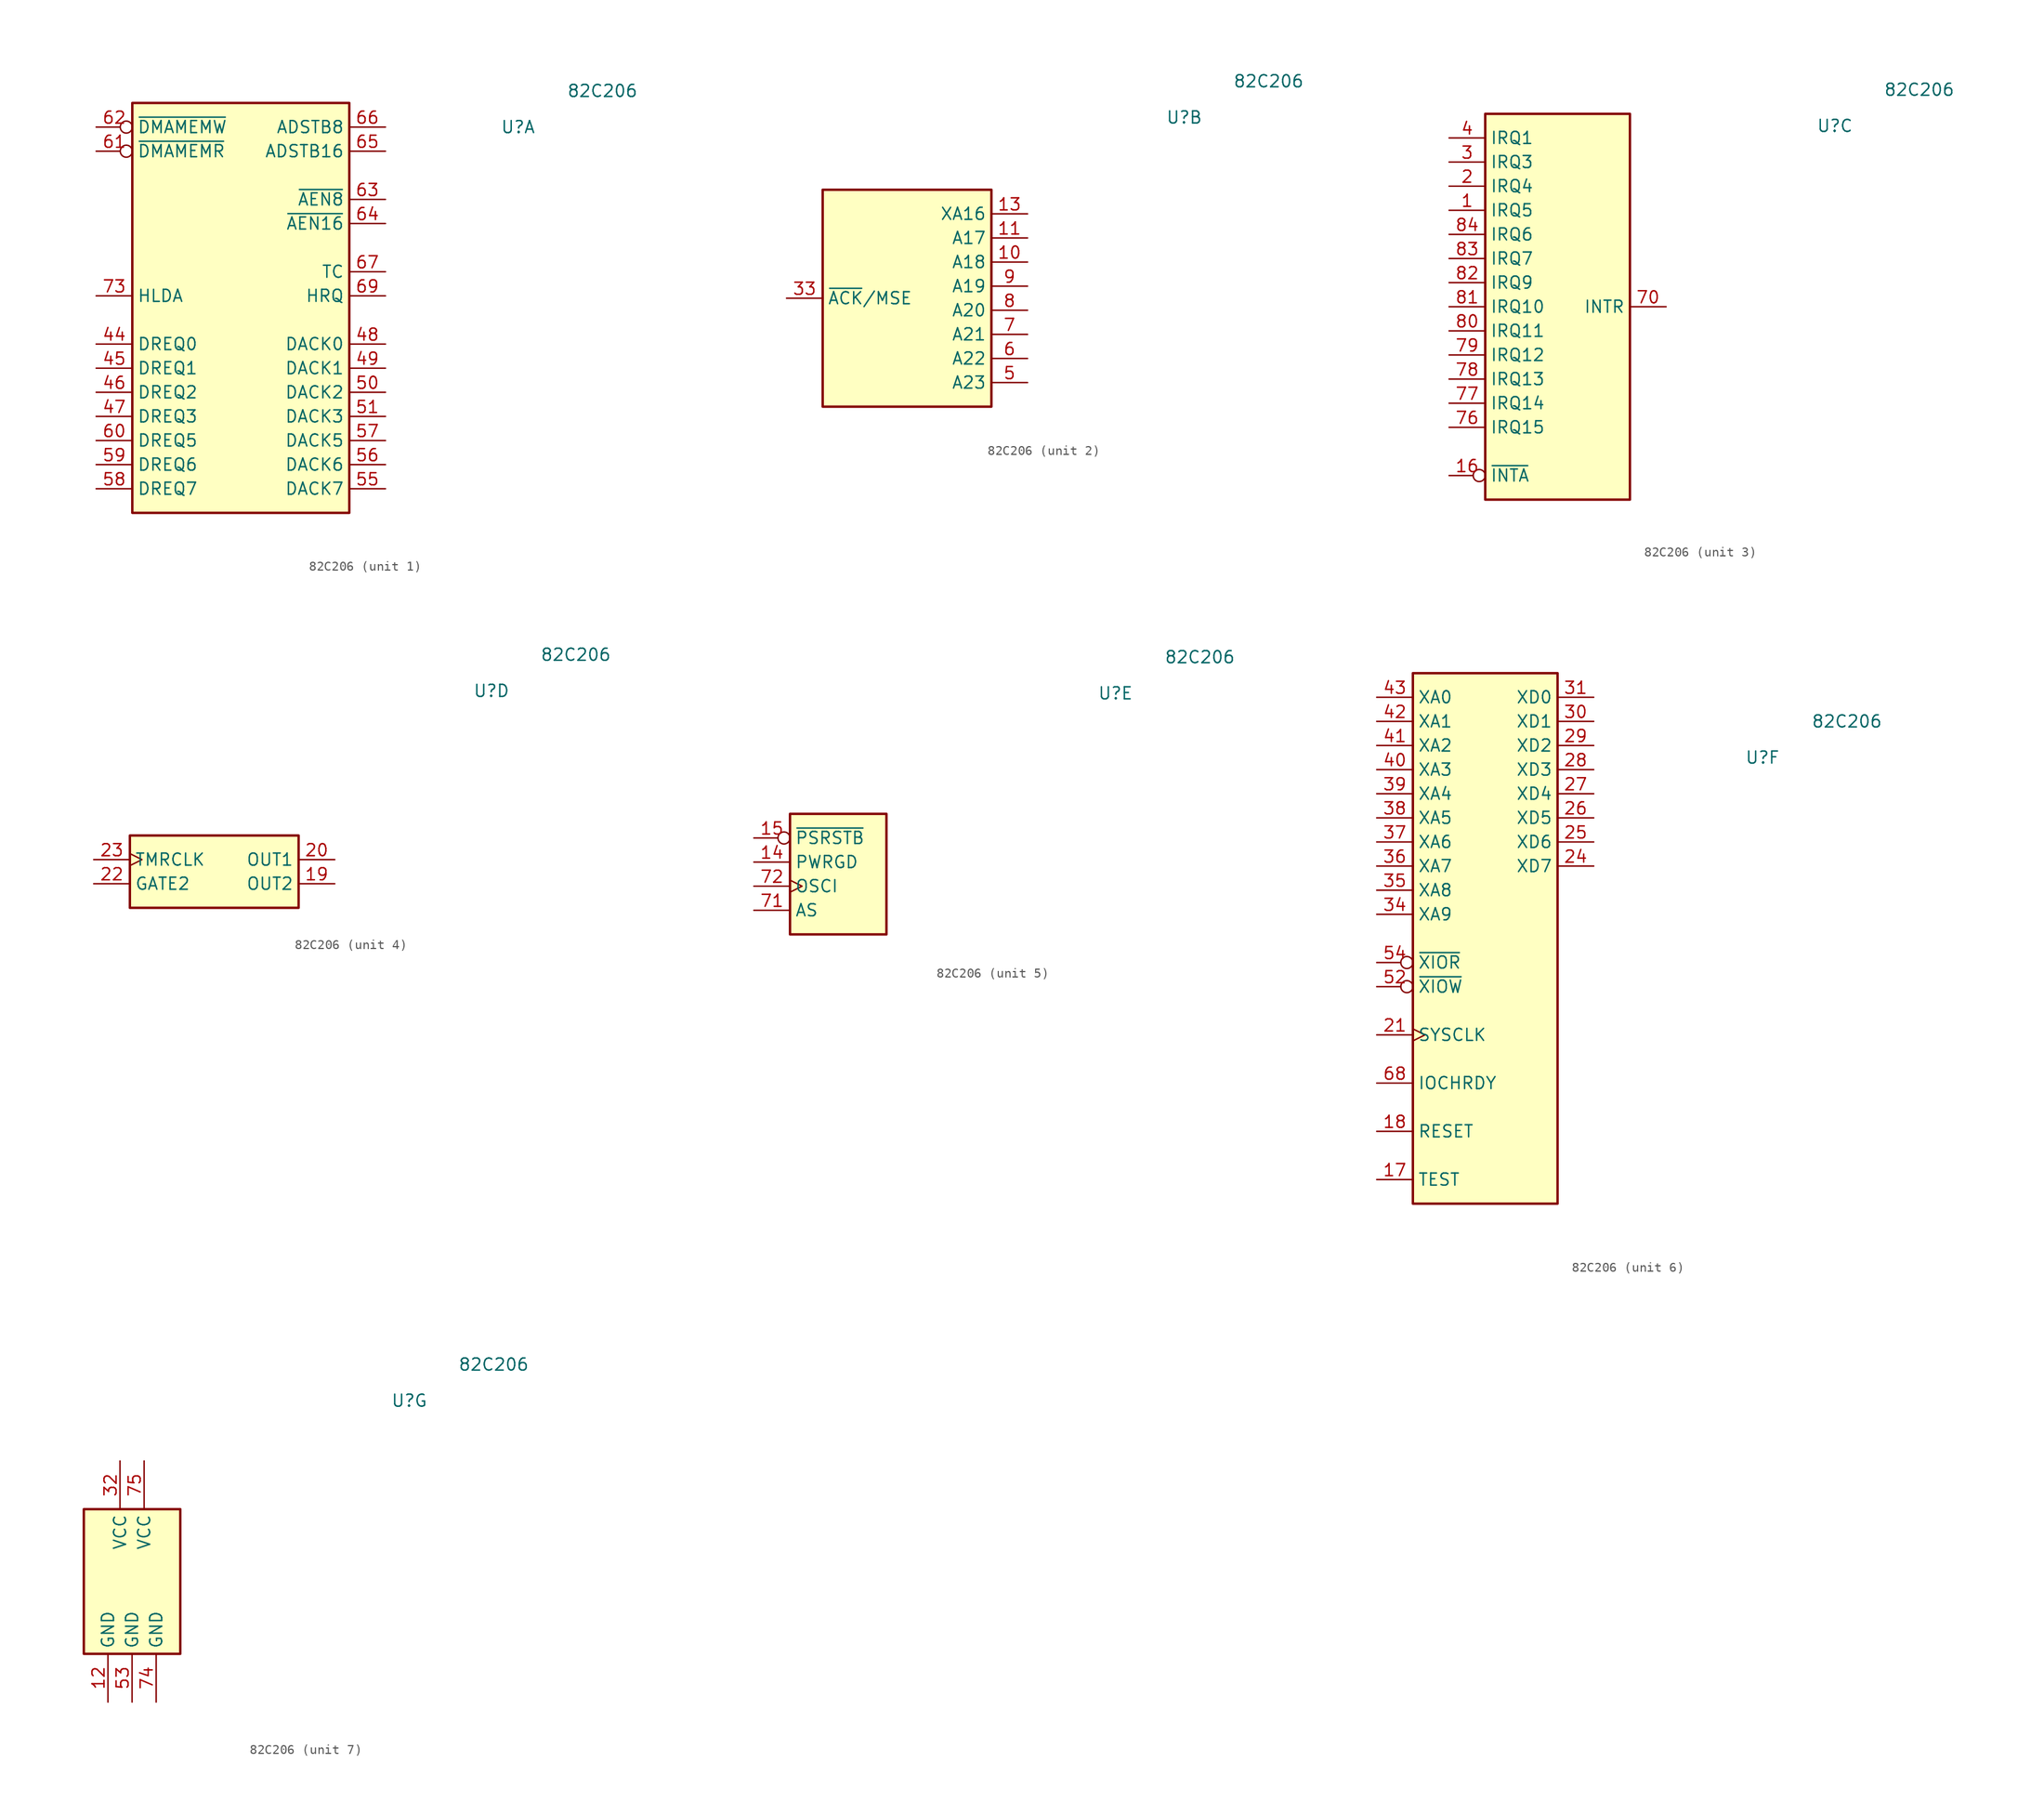
<source format=kicad_sym>
(kicad_symbol_lib
  (version 20231120)
  (generator "kicad_symbol_editor")
  (generator_version "8.0")
  (symbol "82C206"
    (property "Reference" "U"
      (at 29.21 19.05 0)
      (effects (font (size 1.27 1.27))))
    (property "Value" "82C206"
      (at 38.1 22.86 0)
      (effects (font (size 1.27 1.27))))
    (property "ki_locked" ""
      (at 0 0 0)
      (effects (font (size 1.27 1.27))))
    (symbol "82C206_1_1"
      (rectangle (start -11.43 21.59) (end 11.43 -21.59) (stroke (width 0.254) (type default)) (fill (type background)))
      (pin input line (at -15.24 -3.81 0) (length 3.81) (name "DREQ0" (effects (font (size 1.27 1.27)))) (number "44" (effects (font (size 1.27 1.27)))))
      (pin input line (at -15.24 -6.35 0) (length 3.81) (name "DREQ1" (effects (font (size 1.27 1.27)))) (number "45" (effects (font (size 1.27 1.27)))))
      (pin input line (at -15.24 -8.89 0) (length 3.81) (name "DREQ2" (effects (font (size 1.27 1.27)))) (number "46" (effects (font (size 1.27 1.27)))))
      (pin input line (at -15.24 -11.43 0) (length 3.81) (name "DREQ3" (effects (font (size 1.27 1.27)))) (number "47" (effects (font (size 1.27 1.27)))))
      (pin output line (at 15.24 -3.81 180) (length 3.81) (name "DACK0" (effects (font (size 1.27 1.27)))) (number "48" (effects (font (size 1.27 1.27)))))
      (pin output line (at 15.24 -6.35 180) (length 3.81) (name "DACK1" (effects (font (size 1.27 1.27)))) (number "49" (effects (font (size 1.27 1.27)))))
      (pin output line (at 15.24 -8.89 180) (length 3.81) (name "DACK2" (effects (font (size 1.27 1.27)))) (number "50" (effects (font (size 1.27 1.27)))))
      (pin output line (at 15.24 -11.43 180) (length 3.81) (name "DACK3" (effects (font (size 1.27 1.27)))) (number "51" (effects (font (size 1.27 1.27)))))
      (pin output line (at 15.24 -19.05 180) (length 3.81) (name "DACK7" (effects (font (size 1.27 1.27)))) (number "55" (effects (font (size 1.27 1.27)))))
      (pin output line (at 15.24 -16.51 180) (length 3.81) (name "DACK6" (effects (font (size 1.27 1.27)))) (number "56" (effects (font (size 1.27 1.27)))))
      (pin output line (at 15.24 -13.97 180) (length 3.81) (name "DACK5" (effects (font (size 1.27 1.27)))) (number "57" (effects (font (size 1.27 1.27)))))
      (pin input line (at -15.24 -19.05 0) (length 3.81) (name "DREQ7" (effects (font (size 1.27 1.27)))) (number "58" (effects (font (size 1.27 1.27)))))
      (pin input line (at -15.24 -16.51 0) (length 3.81) (name "DREQ6" (effects (font (size 1.27 1.27)))) (number "59" (effects (font (size 1.27 1.27)))))
      (pin input line (at -15.24 -13.97 0) (length 3.81) (name "DREQ5" (effects (font (size 1.27 1.27)))) (number "60" (effects (font (size 1.27 1.27)))))
      (pin tri_state inverted (at -15.24 16.51 0) (length 3.81) (name "~{DMAMEMR}" (effects (font (size 1.27 1.27)))) (number "61" (effects (font (size 1.27 1.27)))))
      (pin tri_state inverted (at -15.24 19.05 0) (length 3.81) (name "~{DMAMEMW}" (effects (font (size 1.27 1.27)))) (number "62" (effects (font (size 1.27 1.27)))))
      (pin output line (at 15.24 11.43 180) (length 3.81) (name "~{AEN8}" (effects (font (size 1.27 1.27)))) (number "63" (effects (font (size 1.27 1.27)))))
      (pin output line (at 15.24 8.89 180) (length 3.81) (name "~{AEN16}" (effects (font (size 1.27 1.27)))) (number "64" (effects (font (size 1.27 1.27)))))
      (pin output line (at 15.24 16.51 180) (length 3.81) (name "ADSTB16" (effects (font (size 1.27 1.27)))) (number "65" (effects (font (size 1.27 1.27)))))
      (pin output line (at 15.24 19.05 180) (length 3.81) (name "ADSTB8" (effects (font (size 1.27 1.27)))) (number "66" (effects (font (size 1.27 1.27)))))
      (pin output line (at 15.24 3.81 180) (length 3.81) (name "TC" (effects (font (size 1.27 1.27)))) (number "67" (effects (font (size 1.27 1.27)))))
      (pin output line (at 15.24 1.27 180) (length 3.81) (name "HRQ" (effects (font (size 1.27 1.27)))) (number "69" (effects (font (size 1.27 1.27)))))
      (pin input line (at -15.24 1.27 0) (length 3.81) (name "HLDA" (effects (font (size 1.27 1.27)))) (number "73" (effects (font (size 1.27 1.27))))))
    (symbol "82C206_2_1"
      (rectangle (start -8.89 11.43) (end 8.89 -11.43) (stroke (width 0.254) (type default)) (fill (type background)))
      (pin tri_state line (at 12.7 3.81 180) (length 3.81) (name "A18" (effects (font (size 1.27 1.27)))) (number "10" (effects (font (size 1.27 1.27)))))
      (pin tri_state line (at 12.7 6.35 180) (length 3.81) (name "A17" (effects (font (size 1.27 1.27)))) (number "11" (effects (font (size 1.27 1.27)))))
      (pin tri_state line (at 12.7 8.89 180) (length 3.81) (name "XA16" (effects (font (size 1.27 1.27)))) (number "13" (effects (font (size 1.27 1.27)))))
      (pin input line (at -12.7 0 0) (length 3.81) (name "~{ACK}/MSE" (effects (font (size 1.27 1.27)))) (number "33" (effects (font (size 1.27 1.27)))))
      (pin tri_state line (at 12.7 -8.89 180) (length 3.81) (name "A23" (effects (font (size 1.27 1.27)))) (number "5" (effects (font (size 1.27 1.27)))))
      (pin tri_state line (at 12.7 -6.35 180) (length 3.81) (name "A22" (effects (font (size 1.27 1.27)))) (number "6" (effects (font (size 1.27 1.27)))))
      (pin tri_state line (at 12.7 -3.81 180) (length 3.81) (name "A21" (effects (font (size 1.27 1.27)))) (number "7" (effects (font (size 1.27 1.27)))))
      (pin tri_state line (at 12.7 -1.27 180) (length 3.81) (name "A20" (effects (font (size 1.27 1.27)))) (number "8" (effects (font (size 1.27 1.27)))))
      (pin tri_state line (at 12.7 1.27 180) (length 3.81) (name "A19" (effects (font (size 1.27 1.27)))) (number "9" (effects (font (size 1.27 1.27))))))
    (symbol "82C206_3_1"
      (rectangle (start -7.62 20.32) (end 7.62 -20.32) (stroke (width 0.254) (type default)) (fill (type background)))
      (pin input line (at -11.43 10.16 0) (length 3.81) (name "IRQ5" (effects (font (size 1.27 1.27)))) (number "1" (effects (font (size 1.27 1.27)))))
      (pin input inverted (at -11.43 -17.78 0) (length 3.81) (name "~{INTA}" (effects (font (size 1.27 1.27)))) (number "16" (effects (font (size 1.27 1.27)))))
      (pin input line (at -11.43 12.7 0) (length 3.81) (name "IRQ4" (effects (font (size 1.27 1.27)))) (number "2" (effects (font (size 1.27 1.27)))))
      (pin input line (at -11.43 15.24 0) (length 3.81) (name "IRQ3" (effects (font (size 1.27 1.27)))) (number "3" (effects (font (size 1.27 1.27)))))
      (pin input line (at -11.43 17.78 0) (length 3.81) (name "IRQ1" (effects (font (size 1.27 1.27)))) (number "4" (effects (font (size 1.27 1.27)))))
      (pin output line (at 11.43 0 180) (length 3.81) (name "INTR" (effects (font (size 1.27 1.27)))) (number "70" (effects (font (size 1.27 1.27)))))
      (pin input line (at -11.43 -12.7 0) (length 3.81) (name "IRQ15" (effects (font (size 1.27 1.27)))) (number "76" (effects (font (size 1.27 1.27)))))
      (pin input line (at -11.43 -10.16 0) (length 3.81) (name "IRQ14" (effects (font (size 1.27 1.27)))) (number "77" (effects (font (size 1.27 1.27)))))
      (pin input line (at -11.43 -7.62 0) (length 3.81) (name "IRQ13" (effects (font (size 1.27 1.27)))) (number "78" (effects (font (size 1.27 1.27)))))
      (pin input line (at -11.43 -5.08 0) (length 3.81) (name "IRQ12" (effects (font (size 1.27 1.27)))) (number "79" (effects (font (size 1.27 1.27)))))
      (pin input line (at -11.43 -2.54 0) (length 3.81) (name "IRQ11" (effects (font (size 1.27 1.27)))) (number "80" (effects (font (size 1.27 1.27)))))
      (pin input line (at -11.43 0 0) (length 3.81) (name "IRQ10" (effects (font (size 1.27 1.27)))) (number "81" (effects (font (size 1.27 1.27)))))
      (pin input line (at -11.43 2.54 0) (length 3.81) (name "IRQ9" (effects (font (size 1.27 1.27)))) (number "82" (effects (font (size 1.27 1.27)))))
      (pin input line (at -11.43 5.08 0) (length 3.81) (name "IRQ7" (effects (font (size 1.27 1.27)))) (number "83" (effects (font (size 1.27 1.27)))))
      (pin input line (at -11.43 7.62 0) (length 3.81) (name "IRQ6" (effects (font (size 1.27 1.27)))) (number "84" (effects (font (size 1.27 1.27))))))
    (symbol "82C206_4_1"
      (rectangle (start -8.89 3.81) (end 8.89 -3.81) (stroke (width 0.254) (type default)) (fill (type background)))
      (pin output line (at 12.7 -1.27 180) (length 3.81) (name "OUT2" (effects (font (size 1.27 1.27)))) (number "19" (effects (font (size 1.27 1.27)))))
      (pin output line (at 12.7 1.27 180) (length 3.81) (name "OUT1" (effects (font (size 1.27 1.27)))) (number "20" (effects (font (size 1.27 1.27)))))
      (pin input line (at -12.7 -1.27 0) (length 3.81) (name "GATE2" (effects (font (size 1.27 1.27)))) (number "22" (effects (font (size 1.27 1.27)))))
      (pin input clock (at -12.7 1.27 0) (length 3.81) (name "TMRCLK" (effects (font (size 1.27 1.27)))) (number "23" (effects (font (size 1.27 1.27))))))
    (symbol "82C206_5_1"
      (rectangle (start -5.08 6.35) (end 5.08 -6.35) (stroke (width 0.254) (type default)) (fill (type background)))
      (pin input line (at -8.89 1.27 0) (length 3.81) (name "PWRGD" (effects (font (size 1.27 1.27)))) (number "14" (effects (font (size 1.27 1.27)))))
      (pin input inverted (at -8.89 3.81 0) (length 3.81) (name "~{PSRSTB}" (effects (font (size 1.27 1.27)))) (number "15" (effects (font (size 1.27 1.27)))))
      (pin input line (at -8.89 -3.81 0) (length 3.81) (name "AS" (effects (font (size 1.27 1.27)))) (number "71" (effects (font (size 1.27 1.27)))))
      (pin input clock (at -8.89 -1.27 0) (length 3.81) (name "OSCI" (effects (font (size 1.27 1.27)))) (number "72" (effects (font (size 1.27 1.27))))))
    (symbol "82C206_6_1"
      (rectangle (start -7.62 27.94) (end 7.62 -27.94) (stroke (width 0.254) (type default)) (fill (type background)))
      (pin input line (at -11.43 -25.4 0) (length 3.81) (name "TEST" (effects (font (size 1.27 1.27)))) (number "17" (effects (font (size 1.27 1.27)))))
      (pin input line (at -11.43 -20.32 0) (length 3.81) (name "RESET" (effects (font (size 1.27 1.27)))) (number "18" (effects (font (size 1.27 1.27)))))
      (pin input clock (at -11.43 -10.16 0) (length 3.81) (name "SYSCLK" (effects (font (size 1.27 1.27)))) (number "21" (effects (font (size 1.27 1.27)))))
      (pin tri_state line (at 11.43 7.62 180) (length 3.81) (name "XD7" (effects (font (size 1.27 1.27)))) (number "24" (effects (font (size 1.27 1.27)))))
      (pin tri_state line (at 11.43 10.16 180) (length 3.81) (name "XD6" (effects (font (size 1.27 1.27)))) (number "25" (effects (font (size 1.27 1.27)))))
      (pin tri_state line (at 11.43 12.7 180) (length 3.81) (name "XD5" (effects (font (size 1.27 1.27)))) (number "26" (effects (font (size 1.27 1.27)))))
      (pin tri_state line (at 11.43 15.24 180) (length 3.81) (name "XD4" (effects (font (size 1.27 1.27)))) (number "27" (effects (font (size 1.27 1.27)))))
      (pin tri_state line (at 11.43 17.78 180) (length 3.81) (name "XD3" (effects (font (size 1.27 1.27)))) (number "28" (effects (font (size 1.27 1.27)))))
      (pin tri_state line (at 11.43 20.32 180) (length 3.81) (name "XD2" (effects (font (size 1.27 1.27)))) (number "29" (effects (font (size 1.27 1.27)))))
      (pin tri_state line (at 11.43 22.86 180) (length 3.81) (name "XD1" (effects (font (size 1.27 1.27)))) (number "30" (effects (font (size 1.27 1.27)))))
      (pin tri_state line (at 11.43 25.4 180) (length 3.81) (name "XD0" (effects (font (size 1.27 1.27)))) (number "31" (effects (font (size 1.27 1.27)))))
      (pin input line (at -11.43 2.54 0) (length 3.81) (name "XA9" (effects (font (size 1.27 1.27)))) (number "34" (effects (font (size 1.27 1.27)))))
      (pin bidirectional line (at -11.43 5.08 0) (length 3.81) (name "XA8" (effects (font (size 1.27 1.27)))) (number "35" (effects (font (size 1.27 1.27)))))
      (pin bidirectional line (at -11.43 7.62 0) (length 3.81) (name "XA7" (effects (font (size 1.27 1.27)))) (number "36" (effects (font (size 1.27 1.27)))))
      (pin bidirectional line (at -11.43 10.16 0) (length 3.81) (name "XA6" (effects (font (size 1.27 1.27)))) (number "37" (effects (font (size 1.27 1.27)))))
      (pin bidirectional line (at -11.43 12.7 0) (length 3.81) (name "XA5" (effects (font (size 1.27 1.27)))) (number "38" (effects (font (size 1.27 1.27)))))
      (pin bidirectional line (at -11.43 15.24 0) (length 3.81) (name "XA4" (effects (font (size 1.27 1.27)))) (number "39" (effects (font (size 1.27 1.27)))))
      (pin bidirectional line (at -11.43 17.78 0) (length 3.81) (name "XA3" (effects (font (size 1.27 1.27)))) (number "40" (effects (font (size 1.27 1.27)))))
      (pin bidirectional line (at -11.43 20.32 0) (length 3.81) (name "XA2" (effects (font (size 1.27 1.27)))) (number "41" (effects (font (size 1.27 1.27)))))
      (pin bidirectional line (at -11.43 22.86 0) (length 3.81) (name "XA1" (effects (font (size 1.27 1.27)))) (number "42" (effects (font (size 1.27 1.27)))))
      (pin bidirectional line (at -11.43 25.4 0) (length 3.81) (name "XA0" (effects (font (size 1.27 1.27)))) (number "43" (effects (font (size 1.27 1.27)))))
      (pin tri_state inverted (at -11.43 -5.08 0) (length 3.81) (name "~{XIOW}" (effects (font (size 1.27 1.27)))) (number "52" (effects (font (size 1.27 1.27)))))
      (pin tri_state inverted (at -11.43 -2.54 0) (length 3.81) (name "~{XIOR}" (effects (font (size 1.27 1.27)))) (number "54" (effects (font (size 1.27 1.27)))))
      (pin bidirectional line (at -11.43 -15.24 0) (length 3.81) (name "IOCHRDY" (effects (font (size 1.27 1.27)))) (number "68" (effects (font (size 1.27 1.27))))))
    (symbol "82C206_7_1"
      (rectangle (start -5.08 7.62) (end 5.08 -7.62) (stroke (width 0.254) (type default)) (fill (type background)))
      (pin power_in line (at -2.54 -12.7 90) (length 5.08) (name "GND" (effects (font (size 1.27 1.27)))) (number "12" (effects (font (size 1.27 1.27)))))
      (pin power_in line (at -1.27 12.7 270) (length 5.08) (name "VCC" (effects (font (size 1.27 1.27)))) (number "32" (effects (font (size 1.27 1.27)))))
      (pin power_in line (at 0 -12.7 90) (length 5.08) (name "GND" (effects (font (size 1.27 1.27)))) (number "53" (effects (font (size 1.27 1.27)))))
      (pin power_in line (at 2.54 -12.7 90) (length 5.08) (name "GND" (effects (font (size 1.27 1.27)))) (number "74" (effects (font (size 1.27 1.27)))))
      (pin power_in line (at 1.27 12.7 270) (length 5.08) (name "VCC" (effects (font (size 1.27 1.27)))) (number "75" (effects (font (size 1.27 1.27))))))))
</source>
